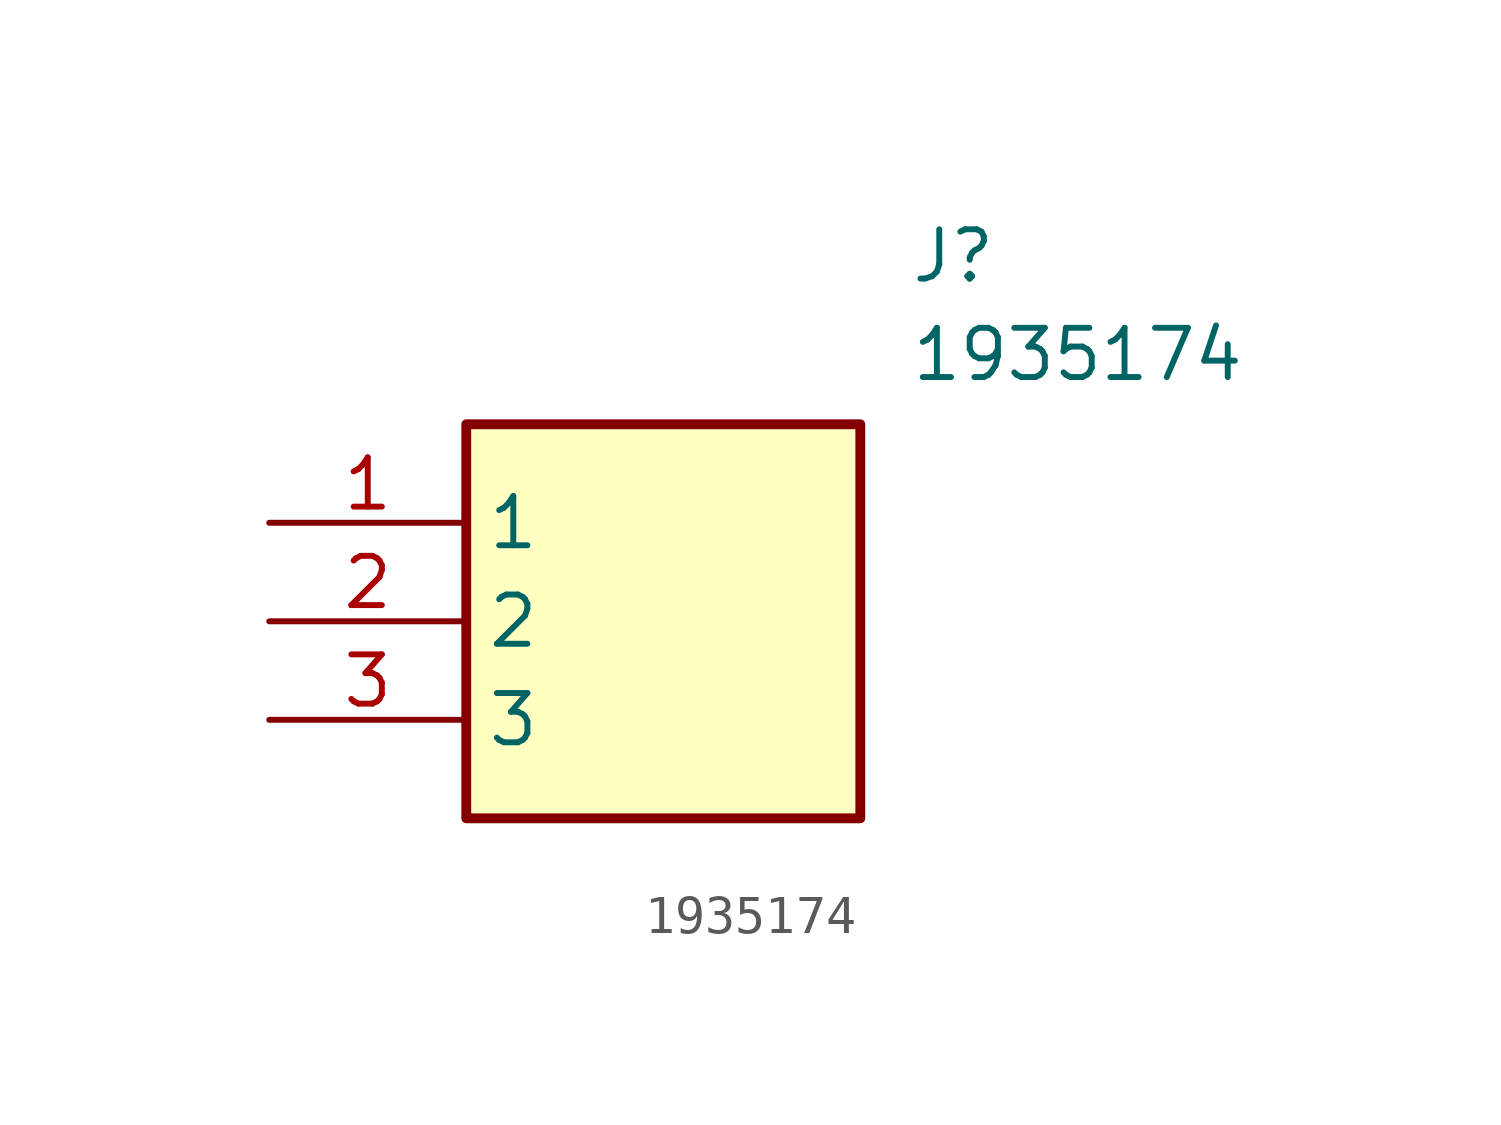
<source format=kicad_sym>
(kicad_symbol_lib
  (version 20211014)
  (generator SamacSys_ECAD_Model)
  (symbol "1935174"
    (property "Reference" "J"
      (at 16.51 7.62 0)
      (effects (font (size 1.27 1.27)) (justify left top)))
    (property "Value" "1935174"
      (at 16.51 5.08 0)
      (effects (font (size 1.27 1.27)) (justify left top)))
    (rectangle
      (start 5.08 2.54)
      (end 15.24 -7.62)
      (stroke (width 0.254) (type default))
      (fill (type background)))
    (pin passive line
      (at 0 0 0)
      (length 5.08)
      (name "1" (effects (font (size 1.27 1.27))))
      (number "1" (effects (font (size 1.27 1.27)))))
    (pin passive line
      (at 0 -2.54 0)
      (length 5.08)
      (name "2" (effects (font (size 1.27 1.27))))
      (number "2" (effects (font (size 1.27 1.27)))))
    (pin passive line
      (at 0 -5.08 0)
      (length 5.08)
      (name "3" (effects (font (size 1.27 1.27))))
      (number "3" (effects (font (size 1.27 1.27)))))))
</source>
